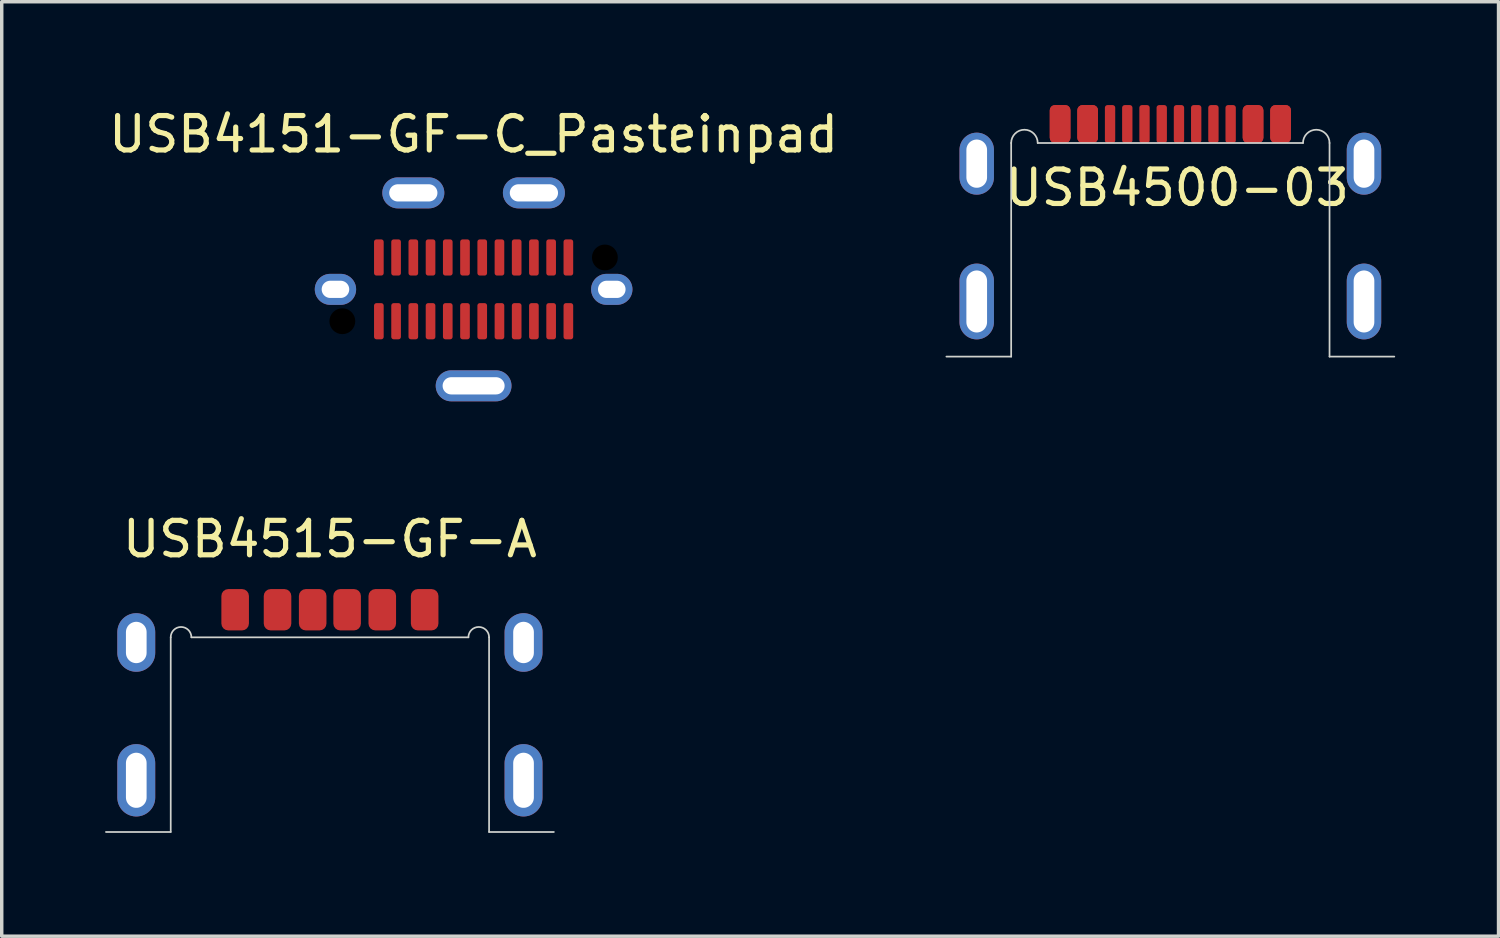
<source format=kicad_pcb>
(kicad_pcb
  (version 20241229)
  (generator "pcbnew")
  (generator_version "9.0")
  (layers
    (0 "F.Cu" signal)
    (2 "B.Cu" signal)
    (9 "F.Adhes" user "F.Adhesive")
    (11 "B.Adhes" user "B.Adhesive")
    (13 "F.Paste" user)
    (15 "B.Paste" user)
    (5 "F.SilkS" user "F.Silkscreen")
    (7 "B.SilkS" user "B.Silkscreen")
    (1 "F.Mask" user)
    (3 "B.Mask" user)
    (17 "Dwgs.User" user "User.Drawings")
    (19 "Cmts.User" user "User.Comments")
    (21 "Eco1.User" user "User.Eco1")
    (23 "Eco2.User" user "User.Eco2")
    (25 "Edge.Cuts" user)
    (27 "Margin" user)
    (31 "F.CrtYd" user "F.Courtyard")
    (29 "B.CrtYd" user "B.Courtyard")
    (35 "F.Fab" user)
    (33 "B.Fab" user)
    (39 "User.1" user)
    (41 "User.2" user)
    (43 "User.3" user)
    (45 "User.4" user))
  (footprint "USB4500-03"
    (layer "F.Cu")
    (at 30.918 1.1)
    (property "Reference" "USB4500-03" (at 0.2 1.3 0) (unlocked yes) (layer "F.SilkS") (effects (font (size 1 1) (thickness 0.15))))
    (attr smd)
    (fp_line (start -4.62 0) (end -4.62 6.2) (stroke (width 0.05) (type solid)) (layer "Edge.Cuts"))
    (fp_line (start -4.62 6.2) (end -6.5 6.2) (stroke (width 0.05) (type solid)) (layer "Edge.Cuts"))
    (fp_line (start -3.85 0) (end 3.85 0) (stroke (width 0.05) (type solid)) (layer "Edge.Cuts"))
    (fp_line (start 4.62 0) (end 4.62 6.2) (stroke (width 0.05) (type solid)) (layer "Edge.Cuts"))
    (fp_line (start 4.62 6.2) (end 6.5 6.2) (stroke (width 0.05) (type solid)) (layer "Edge.Cuts"))
    (fp_arc (start -4.62 0) (mid -4.235 -0.385) (end -3.85 0) (stroke (width 0.05) (type solid)) (layer "Edge.Cuts"))
    (fp_arc (start 3.85 0) (mid 4.235 -0.381838) (end 4.62 0) (stroke (width 0.05) (type solid)) (layer "Edge.Cuts"))
    (pad "A1" smd roundrect (at -3.2 -0.55) (size 0.6 1.1) (layers "F.Cu" "F.Mask" "F.Paste") (roundrect_rratio 0.25))
    (pad "A4" smd roundrect (at -2.4 -0.55) (size 0.6 1.1) (layers "F.Cu" "F.Mask" "F.Paste") (roundrect_rratio 0.25))
    (pad "A5" smd roundrect (at -1.25 -0.55) (size 0.3 1.1) (layers "F.Cu" "F.Mask" "F.Paste") (roundrect_rratio 0.25))
    (pad "A6" smd roundrect (at -0.25 -0.55) (size 0.3 1.1) (layers "F.Cu" "F.Mask" "F.Paste") (roundrect_rratio 0.25))
    (pad "A7" smd roundrect (at 0.25 -0.55) (size 0.3 1.1) (layers "F.Cu" "F.Mask" "F.Paste") (roundrect_rratio 0.25))
    (pad "A8" smd roundrect (at 1.25 -0.55) (size 0.3 1.1) (layers "F.Cu" "F.Mask" "F.Paste") (roundrect_rratio 0.25))
    (pad "A9" smd roundrect (at 2.4 -0.55) (size 0.6 1.1) (layers "F.Cu" "F.Mask" "F.Paste") (roundrect_rratio 0.25))
    (pad "A12" smd roundrect (at 3.2 -0.55) (size 0.6 1.1) (layers "F.Cu" "F.Mask" "F.Paste") (roundrect_rratio 0.25))
    (pad "B1" smd roundrect (at 3.2 -0.55) (size 0.6 1.1) (layers "F.Cu" "F.Mask" "F.Paste") (roundrect_rratio 0.25))
    (pad "B4" smd roundrect (at 2.4 -0.55) (size 0.6 1.1) (layers "F.Cu" "F.Mask" "F.Paste") (roundrect_rratio 0.25))
    (pad "B5" smd roundrect (at 1.75 -0.55) (size 0.3 1.1) (layers "F.Cu" "F.Mask" "F.Paste") (roundrect_rratio 0.25))
    (pad "B6" smd roundrect (at 0.75 -0.55) (size 0.3 1.1) (layers "F.Cu" "F.Mask" "F.Paste") (roundrect_rratio 0.25))
    (pad "B7" smd roundrect (at -0.75 -0.55) (size 0.3 1.1) (layers "F.Cu" "F.Mask" "F.Paste") (roundrect_rratio 0.25))
    (pad "B8" smd roundrect (at -1.75 -0.55) (size 0.3 1.1) (layers "F.Cu" "F.Mask" "F.Paste") (roundrect_rratio 0.25))
    (pad "B9" smd roundrect (at -2.4 -0.55) (size 0.6 1.1) (layers "F.Cu" "F.Mask" "F.Paste") (roundrect_rratio 0.25))
    (pad "B12" smd roundrect (at -3.2 -0.55) (size 0.6 1.1) (layers "F.Cu" "F.Mask" "F.Paste") (roundrect_rratio 0.25))
    (pad "S1" thru_hole oval (at -5.62 0.6) (size 1 1.8) (drill oval 0.6 1.4) (layers "*.Cu" "*.Mask"))
    (pad "S1" thru_hole oval (at -5.62 4.6) (size 1 2.2) (drill oval 0.6 1.8) (layers "*.Cu" "*.Mask"))
    (pad "S1" thru_hole oval (at 5.62 0.6) (size 1 1.8) (drill oval 0.6 1.4) (layers "*.Cu" "*.Mask"))
    (pad "S1" thru_hole oval (at 5.62 4.6) (size 1 2.2) (drill oval 0.6 1.8) (layers "*.Cu" "*.Mask")))
  (footprint "USB4151-GF-C_Pasteinpad"
    (layer "F.Cu")
    (at 10.696 5.348)
    (property "Reference" "USB4151-GF-C_Pasteinpad" (at 0 -4.5 0) (unlocked yes) (layer "F.SilkS") (effects (font (size 1 1) (thickness 0.15))))
    (attr smd)
    (pad "" smd roundrect (at -4 0) (size 1.5 1.1) (layers "F.Paste") (roundrect_rratio 0.25))
    (pad "" np_thru_hole circle (at -3.81 0.925) (size 0.75 0.75) (drill 0.75) (layers "*.Mask"))
    (pad "" smd roundrect (at -1.75 -2.8) (size 2 1.2) (layers "F.Paste") (roundrect_rratio 0.25))
    (pad "" smd roundrect (at -0.25 0.925) (size 0.28 1.05) (layers "F.Cu" "F.Mask" "F.Paste") (roundrect_rratio 0.25))
    (pad "" smd roundrect (at 0 2.8) (size 2.4 1.2) (layers "F.Paste") (roundrect_rratio 0.25))
    (pad "" smd roundrect (at 0.25 0.925) (size 0.28 1.05) (layers "F.Cu" "F.Mask" "F.Paste") (roundrect_rratio 0.25))
    (pad "" smd roundrect (at 1.75 -2.8) (size 2 1.2) (layers "F.Paste") (roundrect_rratio 0.25))
    (pad "" np_thru_hole circle (at 3.81 -0.925) (size 0.75 0.75) (drill 0.75) (layers "*.Mask"))
    (pad "" smd roundrect (at 4 0) (size 1.5 1.1) (layers "F.Paste") (roundrect_rratio 0.25))
    (pad "A1" smd roundrect (at 2.75 -0.925) (size 0.28 1.05) (layers "F.Cu" "F.Mask" "F.Paste") (roundrect_rratio 0.25))
    (pad "A2" smd roundrect (at 2.25 -0.925) (size 0.28 1.05) (layers "F.Cu" "F.Mask" "F.Paste") (roundrect_rratio 0.25))
    (pad "A3" smd roundrect (at 1.75 -0.925) (size 0.28 1.05) (layers "F.Cu" "F.Mask" "F.Paste") (roundrect_rratio 0.25))
    (pad "A4" smd roundrect (at 1.25 -0.925) (size 0.28 1.05) (layers "F.Cu" "F.Mask" "F.Paste") (roundrect_rratio 0.25))
    (pad "A5" smd roundrect (at 0.75 -0.925) (size 0.28 1.05) (layers "F.Cu" "F.Mask" "F.Paste") (roundrect_rratio 0.25))
    (pad "A6" smd roundrect (at 0.25 -0.925) (size 0.28 1.05) (layers "F.Cu" "F.Mask" "F.Paste") (roundrect_rratio 0.25))
    (pad "A7" smd roundrect (at -0.25 -0.925) (size 0.28 1.05) (layers "F.Cu" "F.Mask" "F.Paste") (roundrect_rratio 0.25))
    (pad "A8" smd roundrect (at -0.75 -0.925) (size 0.28 1.05) (layers "F.Cu" "F.Mask" "F.Paste") (roundrect_rratio 0.25))
    (pad "A9" smd roundrect (at -1.25 -0.925) (size 0.28 1.05) (layers "F.Cu" "F.Mask" "F.Paste") (roundrect_rratio 0.25))
    (pad "A10" smd roundrect (at -1.75 -0.925) (size 0.28 1.05) (layers "F.Cu" "F.Mask" "F.Paste") (roundrect_rratio 0.25))
    (pad "A11" smd roundrect (at -2.25 -0.925) (size 0.28 1.05) (layers "F.Cu" "F.Mask" "F.Paste") (roundrect_rratio 0.25))
    (pad "A12" smd roundrect (at -2.75 -0.925) (size 0.28 1.05) (layers "F.Cu" "F.Mask" "F.Paste") (roundrect_rratio 0.25))
    (pad "B1" smd roundrect (at -2.75 0.925) (size 0.28 1.05) (layers "F.Cu" "F.Mask" "F.Paste") (roundrect_rratio 0.25))
    (pad "B2" smd roundrect (at -2.25 0.925) (size 0.28 1.05) (layers "F.Cu" "F.Mask" "F.Paste") (roundrect_rratio 0.25))
    (pad "B3" smd roundrect (at -1.75 0.925) (size 0.28 1.05) (layers "F.Cu" "F.Mask" "F.Paste") (roundrect_rratio 0.25))
    (pad "B4" smd roundrect (at -1.25 0.925) (size 0.28 1.05) (layers "F.Cu" "F.Mask" "F.Paste") (roundrect_rratio 0.25))
    (pad "B5" smd roundrect (at -0.75 0.925) (size 0.28 1.05) (layers "F.Cu" "F.Mask" "F.Paste") (roundrect_rratio 0.25))
    (pad "B8" smd roundrect (at 0.75 0.925) (size 0.28 1.05) (layers "F.Cu" "F.Mask" "F.Paste") (roundrect_rratio 0.25))
    (pad "B9" smd roundrect (at 1.25 0.925) (size 0.28 1.05) (layers "F.Cu" "F.Mask" "F.Paste") (roundrect_rratio 0.25))
    (pad "B10" smd roundrect (at 1.75 0.925) (size 0.28 1.05) (layers "F.Cu" "F.Mask" "F.Paste") (roundrect_rratio 0.25))
    (pad "B11" smd roundrect (at 2.25 0.925) (size 0.28 1.05) (layers "F.Cu" "F.Mask" "F.Paste") (roundrect_rratio 0.25))
    (pad "B12" smd roundrect (at 2.75 0.925) (size 0.28 1.05) (layers "F.Cu" "F.Mask" "F.Paste") (roundrect_rratio 0.25))
    (pad "S1" thru_hole oval (at -4.01 0) (size 1.2 0.9) (drill oval 0.8 0.5) (layers "*.Cu" "*.Mask"))
    (pad "S1" thru_hole oval (at -1.75 -2.8) (size 1.8 0.9) (drill oval 1.4 0.5) (layers "*.Cu" "*.Mask"))
    (pad "S1" thru_hole oval (at 0 2.8) (size 2.2 0.9) (drill oval 1.8 0.5) (layers "*.Cu" "*.Mask"))
    (pad "S1" thru_hole oval (at 1.75 -2.8) (size 1.8 0.9) (drill oval 1.4 0.5) (layers "*.Cu" "*.Mask"))
    (pad "S1" thru_hole oval (at 4.01 0) (size 1.2 0.9) (drill oval 0.8 0.5) (layers "*.Cu" "*.Mask")))
  (footprint "USB4515-GF-A"
    (layer "F.Cu")
    (at 6.525 15.597)
    (property "Reference" "USB4515-GF-A" (at 0 -3 0) (unlocked yes) (layer "F.SilkS") (effects (font (size 1 1) (thickness 0.15))))
    (attr smd)
    (fp_line (start -4.62 -0.15) (end -4.62 5.5) (stroke (width 0.05) (type solid)) (layer "Edge.Cuts"))
    (fp_line (start -4.62 5.5) (end -6.5 5.5) (stroke (width 0.05) (type solid)) (layer "Edge.Cuts"))
    (fp_line (start -4.02 -0.15) (end 4.02 -0.15) (stroke (width 0.05) (type solid)) (layer "Edge.Cuts"))
    (fp_line (start 4.62 -0.15) (end 4.62 5.5) (stroke (width 0.05) (type solid)) (layer "Edge.Cuts"))
    (fp_line (start 4.62 5.5) (end 6.5 5.5) (stroke (width 0.05) (type solid)) (layer "Edge.Cuts"))
    (fp_arc (start -4.62 -0.15) (mid -4.32 -0.45) (end -4.02 -0.15) (stroke (width 0.05) (type solid)) (layer "Edge.Cuts"))
    (fp_arc (start 4.02 -0.15) (mid 4.32 -0.44753) (end 4.62 -0.15) (stroke (width 0.05) (type solid)) (layer "Edge.Cuts"))
    (pad "" smd roundrect (at -5.62 0) (size 1.3 1.9) (layers "F.Paste") (roundrect_rratio 0.25))
    (pad "" smd roundrect (at -5.62 4) (size 1.3 2.3) (layers "F.Paste") (roundrect_rratio 0.25))
    (pad "" smd roundrect (at 5.62 0) (size 1.3 1.9) (layers "F.Paste") (roundrect_rratio 0.25))
    (pad "" smd roundrect (at 5.62 4) (size 1.3 2.3) (layers "F.Paste") (roundrect_rratio 0.25))
    (pad "A5" smd roundrect (at -0.5 -0.95) (size 0.8 1.2) (layers "F.Cu" "F.Mask" "F.Paste") (roundrect_rratio 0.25))
    (pad "A9" smd roundrect (at 1.52 -0.95) (size 0.8 1.2) (layers "F.Cu" "F.Mask" "F.Paste") (roundrect_rratio 0.25))
    (pad "A12" smd roundrect (at 2.75 -0.95) (size 0.8 1.2) (layers "F.Cu" "F.Mask" "F.Paste") (roundrect_rratio 0.25))
    (pad "B5" smd roundrect (at 0.5 -0.95) (size 0.8 1.2) (layers "F.Cu" "F.Mask" "F.Paste") (roundrect_rratio 0.25))
    (pad "B9" smd roundrect (at -1.52 -0.95) (size 0.8 1.2) (layers "F.Cu" "F.Mask" "F.Paste") (roundrect_rratio 0.25))
    (pad "B12" smd roundrect (at -2.75 -0.95) (size 0.8 1.2) (layers "F.Cu" "F.Mask" "F.Paste") (roundrect_rratio 0.25))
    (pad "S1" thru_hole oval (at -5.62 0) (size 1.1 1.7) (drill oval 0.6 1.2) (layers "*.Cu" "*.Mask"))
    (pad "S1" thru_hole oval (at -5.62 4) (size 1.1 2.1) (drill oval 0.6 1.6) (layers "*.Cu" "*.Mask"))
    (pad "S1" thru_hole oval (at 5.62 0) (size 1.1 1.7) (drill oval 0.6 1.2) (layers "*.Cu" "*.Mask"))
    (pad "S1" thru_hole oval (at 5.62 4) (size 1.1 2.1) (drill oval 0.6 1.6) (layers "*.Cu" "*.Mask")))
  (gr_rect
    (start -3 -3)
    (end 40.443 24.122)
    (stroke (width 0.1) (type default))
    (fill no)
    (layer "Edge.Cuts")))
</source>
